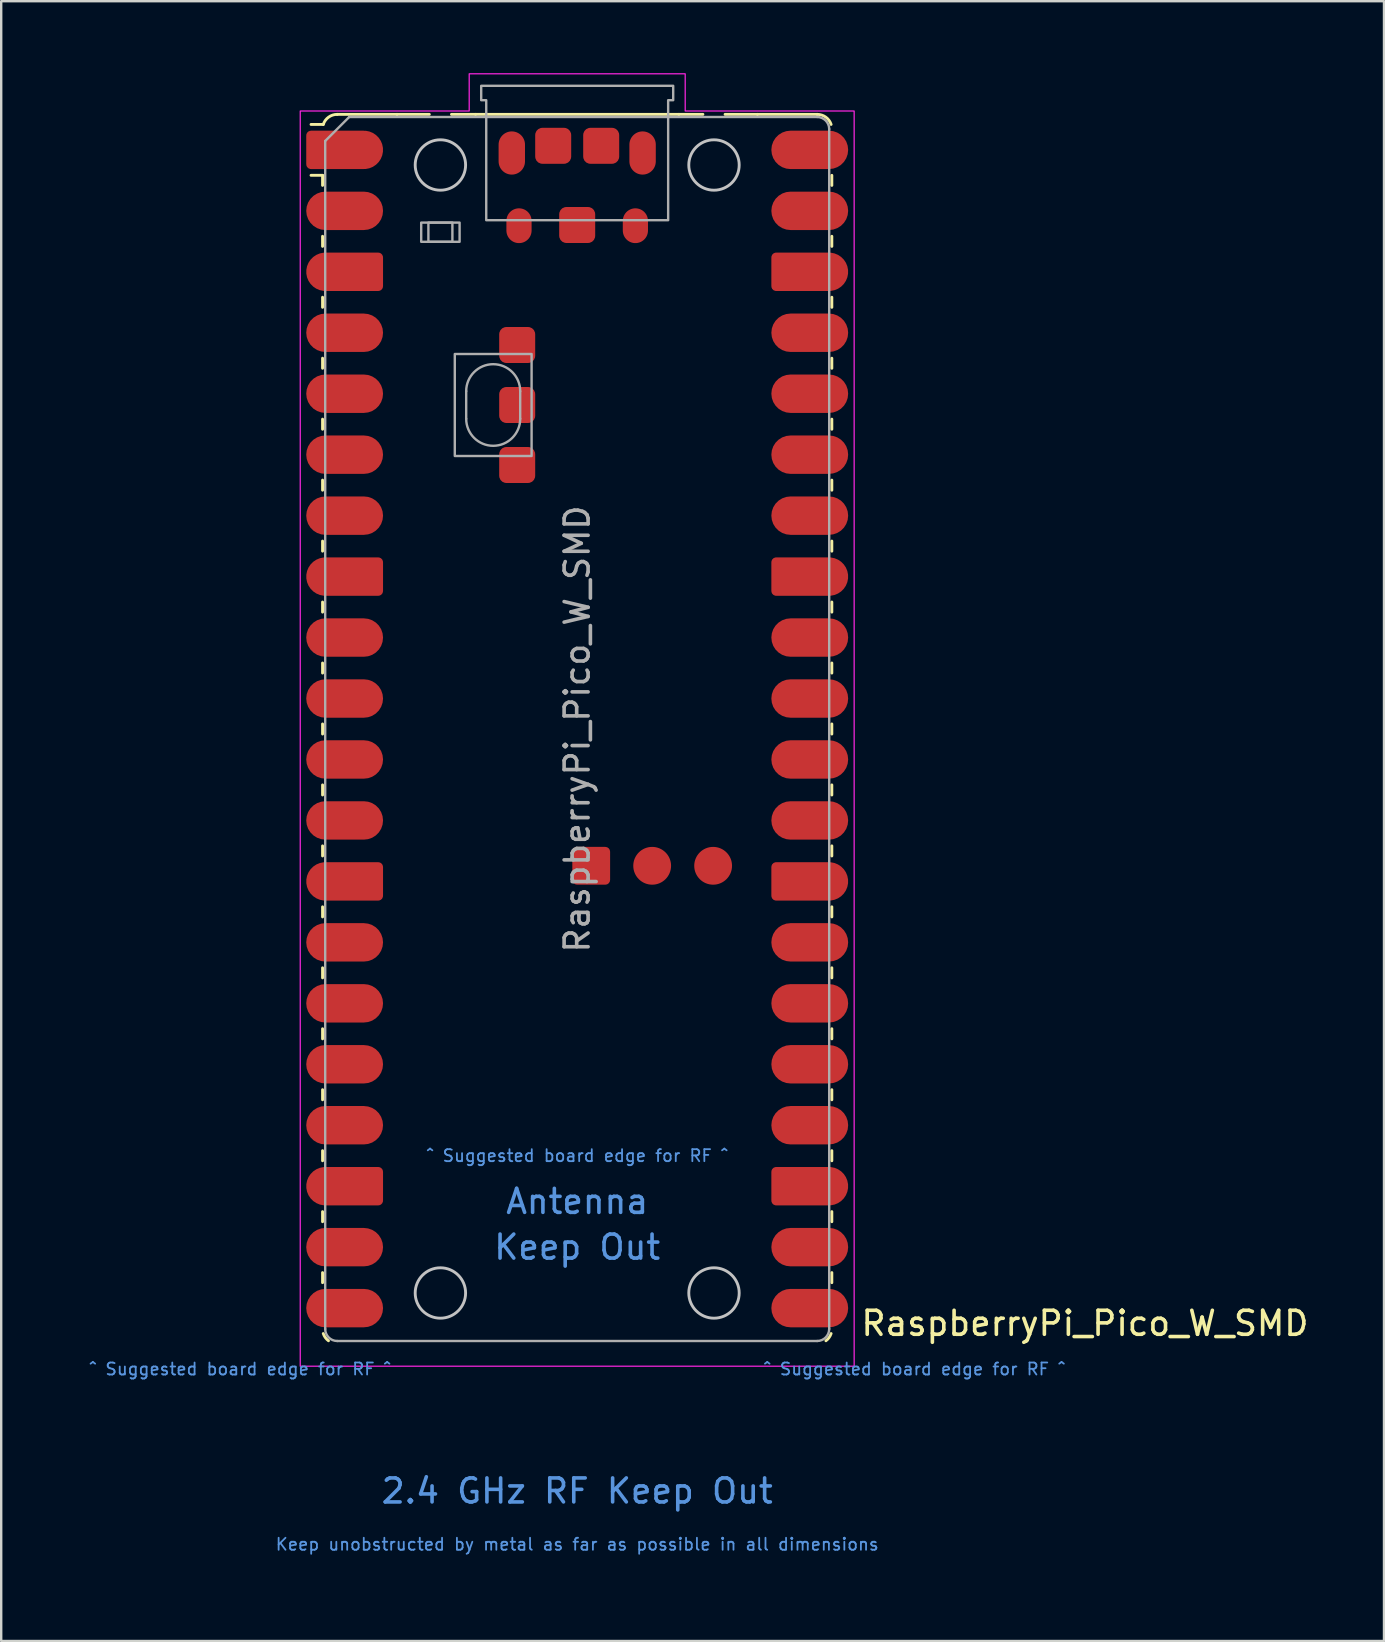
<source format=kicad_pcb>
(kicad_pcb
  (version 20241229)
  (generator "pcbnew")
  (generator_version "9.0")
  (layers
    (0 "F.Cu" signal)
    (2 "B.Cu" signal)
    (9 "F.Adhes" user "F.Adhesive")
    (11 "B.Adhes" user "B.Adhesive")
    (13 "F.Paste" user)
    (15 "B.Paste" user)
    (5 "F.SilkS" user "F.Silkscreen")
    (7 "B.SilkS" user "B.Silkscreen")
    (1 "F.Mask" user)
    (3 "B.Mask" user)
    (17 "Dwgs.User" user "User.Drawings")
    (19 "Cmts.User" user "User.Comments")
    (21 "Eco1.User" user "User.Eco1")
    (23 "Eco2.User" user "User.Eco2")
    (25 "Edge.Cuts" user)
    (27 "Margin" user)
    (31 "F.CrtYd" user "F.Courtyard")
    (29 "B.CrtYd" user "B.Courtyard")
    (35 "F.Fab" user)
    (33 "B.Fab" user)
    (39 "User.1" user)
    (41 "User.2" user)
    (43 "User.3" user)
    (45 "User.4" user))
  (footprint "RaspberryPi_Pico_W_SMD"
    (layer "F.Cu")
    (at 21 27.325)
    (property "Reference" "RaspberryPi_Pico_W_SMD" (at 11.748 24.765 0) (unlocked yes) (layer "F.SilkS") (effects (font (size 1 1) (thickness 0.15)) (justify left)))
    (attr smd)
    (fp_line (start -10.61 -23.07) (end -11.09 -23.07) (stroke (width 0.12) (type solid)) (layer "F.SilkS"))
    (fp_line (start -10.61 -23.07) (end -10.61 -22.65) (stroke (width 0.12) (type solid)) (layer "F.SilkS"))
    (fp_line (start -10.61 -20.53) (end -10.61 -20.11) (stroke (width 0.12) (type solid)) (layer "F.SilkS"))
    (fp_line (start -10.61 -17.99) (end -10.61 -17.57) (stroke (width 0.12) (type solid)) (layer "F.SilkS"))
    (fp_line (start -10.61 -15.45) (end -10.61 -15.03) (stroke (width 0.12) (type solid)) (layer "F.SilkS"))
    (fp_line (start -10.61 -12.91) (end -10.61 -12.49) (stroke (width 0.12) (type solid)) (layer "F.SilkS"))
    (fp_line (start -10.61 -10.37) (end -10.61 -9.95) (stroke (width 0.12) (type solid)) (layer "F.SilkS"))
    (fp_line (start -10.61 -7.83) (end -10.61 -7.41) (stroke (width 0.12) (type solid)) (layer "F.SilkS"))
    (fp_line (start -10.61 -5.29) (end -10.61 -4.87) (stroke (width 0.12) (type solid)) (layer "F.SilkS"))
    (fp_line (start -10.61 -2.75) (end -10.61 -2.33) (stroke (width 0.12) (type solid)) (layer "F.SilkS"))
    (fp_line (start -10.61 -0.21) (end -10.61 0.21) (stroke (width 0.12) (type solid)) (layer "F.SilkS"))
    (fp_line (start -10.61 2.33) (end -10.61 2.75) (stroke (width 0.12) (type solid)) (layer "F.SilkS"))
    (fp_line (start -10.61 4.87) (end -10.61 5.29) (stroke (width 0.12) (type solid)) (layer "F.SilkS"))
    (fp_line (start -10.61 7.41) (end -10.61 7.83) (stroke (width 0.12) (type solid)) (layer "F.SilkS"))
    (fp_line (start -10.61 9.95) (end -10.61 10.37) (stroke (width 0.12) (type solid)) (layer "F.SilkS"))
    (fp_line (start -10.61 12.49) (end -10.61 12.91) (stroke (width 0.12) (type solid)) (layer "F.SilkS"))
    (fp_line (start -10.61 15.03) (end -10.61 15.45) (stroke (width 0.12) (type solid)) (layer "F.SilkS"))
    (fp_line (start -10.61 17.57) (end -10.61 17.99) (stroke (width 0.12) (type solid)) (layer "F.SilkS"))
    (fp_line (start -10.61 20.11) (end -10.61 20.53) (stroke (width 0.12) (type solid)) (layer "F.SilkS"))
    (fp_line (start -10.61 22.65) (end -10.61 23.07) (stroke (width 0.12) (type solid)) (layer "F.SilkS"))
    (fp_line (start -10.58 -25.19) (end -11.09 -25.19) (stroke (width 0.12) (type solid)) (layer "F.SilkS"))
    (fp_line (start -10 -25.61) (end -7.51 -25.61) (stroke (width 0.12) (type solid)) (layer "F.SilkS"))
    (fp_line (start -7.51 -25.61) (end -6.162 -25.61) (stroke (width 0.12) (type solid)) (layer "F.SilkS"))
    (fp_line (start -5.238 -25.61) (end -4.235 -25.61) (stroke (width 0.12) (type solid)) (layer "F.SilkS"))
    (fp_line (start -4.235 -25.61) (end 4.235 -25.61) (stroke (width 0.12) (type solid)) (layer "F.SilkS"))
    (fp_line (start 4.235 -25.61) (end 5.238 -25.61) (stroke (width 0.12) (type solid)) (layer "F.SilkS"))
    (fp_line (start 6.162 -25.61) (end 7.51 -25.61) (stroke (width 0.12) (type solid)) (layer "F.SilkS"))
    (fp_line (start 10 -25.61) (end 7.51 -25.61) (stroke (width 0.12) (type solid)) (layer "F.SilkS"))
    (fp_line (start 10.61 -23.07) (end 10.61 -22.65) (stroke (width 0.12) (type solid)) (layer "F.SilkS"))
    (fp_line (start 10.61 -20.53) (end 10.61 -20.11) (stroke (width 0.12) (type solid)) (layer "F.SilkS"))
    (fp_line (start 10.61 -17.99) (end 10.61 -17.57) (stroke (width 0.12) (type solid)) (layer "F.SilkS"))
    (fp_line (start 10.61 -15.45) (end 10.61 -15.03) (stroke (width 0.12) (type solid)) (layer "F.SilkS"))
    (fp_line (start 10.61 -12.91) (end 10.61 -12.49) (stroke (width 0.12) (type solid)) (layer "F.SilkS"))
    (fp_line (start 10.61 -10.37) (end 10.61 -9.95) (stroke (width 0.12) (type solid)) (layer "F.SilkS"))
    (fp_line (start 10.61 -7.83) (end 10.61 -7.41) (stroke (width 0.12) (type solid)) (layer "F.SilkS"))
    (fp_line (start 10.61 -5.29) (end 10.61 -4.87) (stroke (width 0.12) (type solid)) (layer "F.SilkS"))
    (fp_line (start 10.61 -2.75) (end 10.61 -2.33) (stroke (width 0.12) (type solid)) (layer "F.SilkS"))
    (fp_line (start 10.61 -0.21) (end 10.61 0.21) (stroke (width 0.12) (type solid)) (layer "F.SilkS"))
    (fp_line (start 10.61 2.33) (end 10.61 2.75) (stroke (width 0.12) (type solid)) (layer "F.SilkS"))
    (fp_line (start 10.61 4.87) (end 10.61 5.29) (stroke (width 0.12) (type solid)) (layer "F.SilkS"))
    (fp_line (start 10.61 7.41) (end 10.61 7.83) (stroke (width 0.12) (type solid)) (layer "F.SilkS"))
    (fp_line (start 10.61 9.95) (end 10.61 10.37) (stroke (width 0.12) (type solid)) (layer "F.SilkS"))
    (fp_line (start 10.61 12.49) (end 10.61 12.91) (stroke (width 0.12) (type solid)) (layer "F.SilkS"))
    (fp_line (start 10.61 15.03) (end 10.61 15.45) (stroke (width 0.12) (type solid)) (layer "F.SilkS"))
    (fp_line (start 10.61 17.57) (end 10.61 17.99) (stroke (width 0.12) (type solid)) (layer "F.SilkS"))
    (fp_line (start 10.61 20.11) (end 10.61 20.53) (stroke (width 0.12) (type solid)) (layer "F.SilkS"))
    (fp_line (start 10.61 22.65) (end 10.61 23.07) (stroke (width 0.12) (type solid)) (layer "F.SilkS"))
    (fp_arc (start -10.579676 -25.19) (mid -10.357938 -25.493944) (end -10 -25.61) (stroke (width 0.12) (type solid)) (layer "F.SilkS"))
    (fp_arc (start -10.363318 25.49) (mid -10.494791 25.356765) (end -10.579676 25.189937) (stroke (width 0.12) (type solid)) (layer "F.SilkS"))
    (fp_arc (start 10 -25.61) (mid 10.357937 -25.493944) (end 10.579676 -25.189937) (stroke (width 0.12) (type solid)) (layer "F.SilkS"))
    (fp_arc (start 10.579676 25.189937) (mid 10.494813 25.35678) (end 10.363318 25.49) (stroke (width 0.12) (type solid)) (layer "F.SilkS"))
    (fp_circle (center -5.7 -23.5) (end -4.65 -23.5) (stroke (width 0.12) (type solid)) (fill no) (layer "Dwgs.User"))
    (fp_circle (center -5.7 23.5) (end -4.65 23.5) (stroke (width 0.12) (type solid)) (fill no) (layer "Dwgs.User"))
    (fp_circle (center 5.7 -23.5) (end 6.75 -23.5) (stroke (width 0.12) (type solid)) (fill no) (layer "Dwgs.User"))
    (fp_circle (center 5.7 23.5) (end 6.75 23.5) (stroke (width 0.12) (type solid)) (fill no) (layer "Dwgs.User"))
    (fp_poly (pts (xy -4.5 -27.3) (xy 4.5 -27.3) (xy 4.5 -25.75) (xy 11.54 -25.75) (xy 11.54 26.55) (xy -11.54 26.55) (xy -11.54 -25.75) (xy -4.5 -25.75)) (stroke (width 0.05) (type solid)) (fill no) (layer "F.CrtYd"))
    (fp_line (start -10.5 -24.5) (end -9.5 -25.5) (stroke (width 0.1) (type solid)) (layer "F.Fab"))
    (fp_line (start -10.5 25) (end -10.5 -24.5) (stroke (width 0.1) (type solid)) (layer "F.Fab"))
    (fp_line (start -9.5 -25.5) (end 10 -25.5) (stroke (width 0.1) (type solid)) (layer "F.Fab"))
    (fp_line (start -4.625 -14.075) (end -4.625 -12.925) (stroke (width 0.1) (type solid)) (layer "F.Fab"))
    (fp_line (start -2.375 -14.075) (end -2.375 -12.925) (stroke (width 0.1) (type solid)) (layer "F.Fab"))
    (fp_line (start 10 25.5) (end -10 25.5) (stroke (width 0.1) (type solid)) (layer "F.Fab"))
    (fp_line (start 10.5 -25) (end 10.5 25) (stroke (width 0.1) (type solid)) (layer "F.Fab"))
    (fp_rect (start -6.5 -21.1) (end -4.9 -20.3) (stroke (width 0.1) (type solid)) (fill no) (layer "F.Fab"))
    (fp_rect (start -6.2 -21.1) (end -5.2 -20.3) (stroke (width 0.1) (type solid)) (fill no) (layer "F.Fab"))
    (fp_rect (start -5.1 -15.625) (end -1.9 -11.375) (stroke (width 0.1) (type solid)) (fill no) (layer "F.Fab"))
    (fp_arc (start -10 25.5) (mid -10.353553 25.353553) (end -10.5 25) (stroke (width 0.1) (type solid)) (layer "F.Fab"))
    (fp_arc (start -4.625 -14.075) (mid -3.5 -15.2) (end -2.375 -14.075) (stroke (width 0.1) (type solid)) (layer "F.Fab"))
    (fp_arc (start -2.375 -12.925) (mid -3.5 -11.8) (end -4.625 -12.925) (stroke (width 0.1) (type solid)) (layer "F.Fab"))
    (fp_arc (start 10 -25.5) (mid 10.353553 -25.353553) (end 10.5 -25) (stroke (width 0.1) (type solid)) (layer "F.Fab"))
    (fp_arc (start 10.5 25) (mid 10.353553 25.353553) (end 10 25.5) (stroke (width 0.1) (type solid)) (layer "F.Fab"))
    (fp_poly (pts (xy 3.79 -21.2) (xy 3.79 -26.2) (xy 4 -26.2) (xy 4 -26.8) (xy -4 -26.8) (xy -4 -26.2) (xy -3.79 -26.2) (xy -3.79 -21.2)) (stroke (width 0.1) (type solid)) (fill no) (layer "F.Fab"))
    (fp_text user "^ Suggested board edge for RF ^" (at 0 17.78 0) (unlocked yes) (layer "Cmts.User") (effects (font (size 0.5 0.5) (thickness 0.075))))
    (fp_text user "Keep Out" (at 0 21.59 0) (unlocked yes) (layer "Cmts.User") (effects (font (size 1 1) (thickness 0.15))))
    (fp_text user "Keep unobstructed by metal as far as possible in all dimensions" (at 0 33.972 0) (unlocked yes) (layer "Cmts.User") (effects (font (size 0.5 0.5) (thickness 0.075))))
    (fp_text user "2.4 GHz RF Keep Out" (at 0 31.75 0) (unlocked yes) (layer "Cmts.User") (effects (font (size 1 1) (thickness 0.15))))
    (fp_text user "^ Suggested board edge for RF ^" (at 14.05 26.67 0) (unlocked yes) (layer "Cmts.User") (effects (font (size 0.5 0.5) (thickness 0.075))))
    (fp_text user "Antenna" (at 0 19.685 0) (unlocked yes) (layer "Cmts.User") (effects (font (size 1 1) (thickness 0.15))))
    (fp_text user "^ Suggested board edge for RF ^" (at -14.05 26.67 0) (unlocked yes) (layer "Cmts.User") (effects (font (size 0.5 0.5) (thickness 0.075))))
    (fp_text user "${REFERENCE}" (at 0 0 90) (layer "F.Fab") (effects (font (size 1 1) (thickness 0.15))))
    (pad "" smd rect (at -8.89 -24.13) (size 3.8 2.2) (drill (offset -0.8 0)) (layers "F.Paste"))
    (pad "" smd rect (at -8.89 -21.59) (size 3.8 2.2) (drill (offset -0.8 0)) (layers "F.Paste"))
    (pad "" smd rect (at -8.89 -19.05) (size 3.8 2.2) (drill (offset -0.8 0)) (layers "F.Paste"))
    (pad "" smd rect (at -8.89 -16.51) (size 3.8 2.2) (drill (offset -0.8 0)) (layers "F.Paste"))
    (pad "" smd rect (at -8.89 -13.97) (size 3.8 2.2) (drill (offset -0.8 0)) (layers "F.Paste"))
    (pad "" smd rect (at -8.89 -11.43) (size 3.8 2.2) (drill (offset -0.8 0)) (layers "F.Paste"))
    (pad "" smd rect (at -8.89 -8.89) (size 3.8 2.2) (drill (offset -0.8 0)) (layers "F.Paste"))
    (pad "" smd rect (at -8.89 -6.35) (size 3.8 2.2) (drill (offset -0.8 0)) (layers "F.Paste"))
    (pad "" smd rect (at -8.89 -3.81) (size 3.8 2.2) (drill (offset -0.8 0)) (layers "F.Paste"))
    (pad "" smd rect (at -8.89 -1.27) (size 3.8 2.2) (drill (offset -0.8 0)) (layers "F.Paste"))
    (pad "" smd rect (at -8.89 1.27) (size 3.8 2.2) (drill (offset -0.8 0)) (layers "F.Paste"))
    (pad "" smd rect (at -8.89 3.81) (size 3.8 2.2) (drill (offset -0.8 0)) (layers "F.Paste"))
    (pad "" smd rect (at -8.89 6.35) (size 3.8 2.2) (drill (offset -0.8 0)) (layers "F.Paste"))
    (pad "" smd rect (at -8.89 8.89) (size 3.8 2.2) (drill (offset -0.8 0)) (layers "F.Paste"))
    (pad "" smd rect (at -8.89 11.43) (size 3.8 2.2) (drill (offset -0.8 0)) (layers "F.Paste"))
    (pad "" smd rect (at -8.89 13.97) (size 3.8 2.2) (drill (offset -0.8 0)) (layers "F.Paste"))
    (pad "" smd rect (at -8.89 16.51) (size 3.8 2.2) (drill (offset -0.8 0)) (layers "F.Paste"))
    (pad "" smd rect (at -8.89 19.05) (size 3.8 2.2) (drill (offset -0.8 0)) (layers "F.Paste"))
    (pad "" smd rect (at -8.89 21.59) (size 3.8 2.2) (drill (offset -0.8 0)) (layers "F.Paste"))
    (pad "" smd rect (at -8.89 24.13) (size 3.8 2.2) (drill (offset -0.8 0)) (layers "F.Paste"))
    (pad "" smd oval (at -2.725 -24) (size 1.1 1.8) (layers "F.Cu" "F.Mask" "F.Paste"))
    (pad "" smd oval (at -2.425 -20.97) (size 1.05 1.45) (layers "F.Cu" "F.Mask" "F.Paste"))
    (pad "" smd oval (at 2.425 -20.97) (size 1.05 1.45) (layers "F.Cu" "F.Mask" "F.Paste"))
    (pad "" smd oval (at 2.725 -24) (size 1.1 1.8) (layers "F.Cu" "F.Mask" "F.Paste"))
    (pad "" smd rect (at 8.89 -24.13) (size 3.8 2.2) (drill (offset 0.8 0)) (layers "F.Paste"))
    (pad "" smd rect (at 8.89 -21.59) (size 3.8 2.2) (drill (offset 0.8 0)) (layers "F.Paste"))
    (pad "" smd rect (at 8.89 -19.05) (size 3.8 2.2) (drill (offset 0.8 0)) (layers "F.Paste"))
    (pad "" smd rect (at 8.89 -16.51) (size 3.8 2.2) (drill (offset 0.8 0)) (layers "F.Paste"))
    (pad "" smd rect (at 8.89 -13.97) (size 3.8 2.2) (drill (offset 0.8 0)) (layers "F.Paste"))
    (pad "" smd rect (at 8.89 -11.43) (size 3.8 2.2) (drill (offset 0.8 0)) (layers "F.Paste"))
    (pad "" smd rect (at 8.89 -8.89) (size 3.8 2.2) (drill (offset 0.8 0)) (layers "F.Paste"))
    (pad "" smd rect (at 8.89 -6.35) (size 3.8 2.2) (drill (offset 0.8 0)) (layers "F.Paste"))
    (pad "" smd rect (at 8.89 -3.81) (size 3.8 2.2) (drill (offset 0.8 0)) (layers "F.Paste"))
    (pad "" smd rect (at 8.89 -1.27) (size 3.8 2.2) (drill (offset 0.8 0)) (layers "F.Paste"))
    (pad "" smd rect (at 8.89 1.27) (size 3.8 2.2) (drill (offset 0.8 0)) (layers "F.Paste"))
    (pad "" smd rect (at 8.89 3.81) (size 3.8 2.2) (drill (offset 0.8 0)) (layers "F.Paste"))
    (pad "" smd rect (at 8.89 6.35) (size 3.8 2.2) (drill (offset 0.8 0)) (layers "F.Paste"))
    (pad "" smd rect (at 8.89 8.89) (size 3.8 2.2) (drill (offset 0.8 0)) (layers "F.Paste"))
    (pad "" smd rect (at 8.89 11.43) (size 3.8 2.2) (drill (offset 0.8 0)) (layers "F.Paste"))
    (pad "" smd rect (at 8.89 13.97) (size 3.8 2.2) (drill (offset 0.8 0)) (layers "F.Paste"))
    (pad "" smd rect (at 8.89 16.51) (size 3.8 2.2) (drill (offset 0.8 0)) (layers "F.Paste"))
    (pad "" smd rect (at 8.89 19.05) (size 3.8 2.2) (drill (offset 0.8 0)) (layers "F.Paste"))
    (pad "" smd rect (at 8.89 21.59) (size 3.8 2.2) (drill (offset 0.8 0)) (layers "F.Paste"))
    (pad "" smd rect (at 8.89 24.13) (size 3.8 2.2) (drill (offset 0.8 0)) (layers "F.Paste"))
    (pad "1" smd custom (at -9.69 -24.13) (size 1.6 0.8) (layers "F.Cu" "F.Mask") (options (anchor rect)) (primitives (gr_circle (center 0.8 0) (end 1.6 0) (width 0) (fill yes)) (gr_poly (pts (xy -1.6 -0.6) (xy -1.6 0.6) (xy -1.4 0.8) (xy 0.8 0.8) (xy 0.8 -0.8) (xy -1.4 -0.8)) (width 0) (fill yes)) (gr_circle (center -1.4 -0.6) (end -1.2 -0.6) (width 0) (fill yes)) (gr_circle (center -1.4 0.6) (end -1.2 0.6) (width 0) (fill yes))))
    (pad "2" smd roundrect (at -9.69 -21.59) (size 3.2 1.6) (layers "F.Cu" "F.Mask") (roundrect_rratio 0.5))
    (pad "3" smd custom (at -9.69 -19.05) (size 1.6 0.8) (layers "F.Cu" "F.Mask") (options (anchor rect)) (primitives (gr_circle (center -0.8 0) (end 0 0) (width 0) (fill yes)) (gr_poly (pts (xy 1.6 -0.6) (xy 1.6 0.6) (xy 1.4 0.8) (xy -0.8 0.8) (xy -0.8 -0.8) (xy 1.4 -0.8)) (width 0) (fill yes)) (gr_circle (center 1.4 -0.6) (end 1.6 -0.6) (width 0) (fill yes)) (gr_circle (center 1.4 0.6) (end 1.6 0.6) (width 0) (fill yes))))
    (pad "4" smd roundrect (at -9.69 -16.51) (size 3.2 1.6) (layers "F.Cu" "F.Mask") (roundrect_rratio 0.5))
    (pad "5" smd roundrect (at -9.69 -13.97) (size 3.2 1.6) (layers "F.Cu" "F.Mask") (roundrect_rratio 0.5))
    (pad "6" smd roundrect (at -9.69 -11.43) (size 3.2 1.6) (layers "F.Cu" "F.Mask") (roundrect_rratio 0.5))
    (pad "7" smd roundrect (at -9.69 -8.89) (size 3.2 1.6) (layers "F.Cu" "F.Mask") (roundrect_rratio 0.5))
    (pad "8" smd custom (at -9.69 -6.35) (size 1.6 0.8) (layers "F.Cu" "F.Mask") (options (anchor rect)) (primitives (gr_circle (center -0.8 0) (end 0 0) (width 0) (fill yes)) (gr_poly (pts (xy 1.6 -0.6) (xy 1.6 0.6) (xy 1.4 0.8) (xy -0.8 0.8) (xy -0.8 -0.8) (xy 1.4 -0.8)) (width 0) (fill yes)) (gr_circle (center 1.4 -0.6) (end 1.6 -0.6) (width 0) (fill yes)) (gr_circle (center 1.4 0.6) (end 1.6 0.6) (width 0) (fill yes))))
    (pad "9" smd roundrect (at -9.69 -3.81) (size 3.2 1.6) (layers "F.Cu" "F.Mask") (roundrect_rratio 0.5))
    (pad "10" smd roundrect (at -9.69 -1.27) (size 3.2 1.6) (layers "F.Cu" "F.Mask") (roundrect_rratio 0.5))
    (pad "11" smd roundrect (at -9.69 1.27) (size 3.2 1.6) (layers "F.Cu" "F.Mask") (roundrect_rratio 0.5))
    (pad "12" smd roundrect (at -9.69 3.81) (size 3.2 1.6) (layers "F.Cu" "F.Mask") (roundrect_rratio 0.5))
    (pad "13" smd custom (at -9.69 6.35) (size 1.6 0.8) (layers "F.Cu" "F.Mask") (options (anchor rect)) (primitives (gr_circle (center -0.8 0) (end 0 0) (width 0) (fill yes)) (gr_poly (pts (xy 1.6 -0.6) (xy 1.6 0.6) (xy 1.4 0.8) (xy -0.8 0.8) (xy -0.8 -0.8) (xy 1.4 -0.8)) (width 0) (fill yes)) (gr_circle (center 1.4 -0.6) (end 1.6 -0.6) (width 0) (fill yes)) (gr_circle (center 1.4 0.6) (end 1.6 0.6) (width 0) (fill yes))))
    (pad "14" smd roundrect (at -9.69 8.89) (size 3.2 1.6) (layers "F.Cu" "F.Mask") (roundrect_rratio 0.5))
    (pad "15" smd roundrect (at -9.69 11.43) (size 3.2 1.6) (layers "F.Cu" "F.Mask") (roundrect_rratio 0.5))
    (pad "16" smd roundrect (at -9.69 13.97) (size 3.2 1.6) (layers "F.Cu" "F.Mask") (roundrect_rratio 0.5))
    (pad "17" smd roundrect (at -9.69 16.51) (size 3.2 1.6) (layers "F.Cu" "F.Mask") (roundrect_rratio 0.5))
    (pad "18" smd custom (at -9.69 19.05) (size 1.6 0.8) (layers "F.Cu" "F.Mask") (options (anchor rect)) (primitives (gr_circle (center -0.8 0) (end 0 0) (width 0) (fill yes)) (gr_poly (pts (xy 1.6 -0.6) (xy 1.6 0.6) (xy 1.4 0.8) (xy -0.8 0.8) (xy -0.8 -0.8) (xy 1.4 -0.8)) (width 0) (fill yes)) (gr_circle (center 1.4 -0.6) (end 1.6 -0.6) (width 0) (fill yes)) (gr_circle (center 1.4 0.6) (end 1.6 0.6) (width 0) (fill yes))))
    (pad "19" smd roundrect (at -9.69 21.59) (size 3.2 1.6) (layers "F.Cu" "F.Mask") (roundrect_rratio 0.5))
    (pad "20" smd roundrect (at -9.69 24.13) (size 3.2 1.6) (layers "F.Cu" "F.Mask") (roundrect_rratio 0.5))
    (pad "21" smd roundrect (at 9.69 24.13) (size 3.2 1.6) (layers "F.Cu" "F.Mask") (roundrect_rratio 0.5))
    (pad "22" smd roundrect (at 9.69 21.59) (size 3.2 1.6) (layers "F.Cu" "F.Mask") (roundrect_rratio 0.5))
    (pad "23" smd custom (at 9.69 19.05) (size 1.6 0.8) (layers "F.Cu" "F.Mask") (options (anchor rect)) (primitives (gr_circle (center 0.8 0) (end 1.6 0) (width 0) (fill yes)) (gr_poly (pts (xy -1.6 -0.6) (xy -1.6 0.6) (xy -1.4 0.8) (xy 0.8 0.8) (xy 0.8 -0.8) (xy -1.4 -0.8)) (width 0) (fill yes)) (gr_circle (center -1.4 -0.6) (end -1.2 -0.6) (width 0) (fill yes)) (gr_circle (center -1.4 0.6) (end -1.2 0.6) (width 0) (fill yes))))
    (pad "24" smd roundrect (at 9.69 16.51) (size 3.2 1.6) (layers "F.Cu" "F.Mask") (roundrect_rratio 0.5))
    (pad "25" smd roundrect (at 9.69 13.97) (size 3.2 1.6) (layers "F.Cu" "F.Mask") (roundrect_rratio 0.5))
    (pad "26" smd roundrect (at 9.69 11.43) (size 3.2 1.6) (layers "F.Cu" "F.Mask") (roundrect_rratio 0.5))
    (pad "27" smd roundrect (at 9.69 8.89) (size 3.2 1.6) (layers "F.Cu" "F.Mask") (roundrect_rratio 0.5))
    (pad "28" smd custom (at 9.69 6.35) (size 1.6 0.8) (layers "F.Cu" "F.Mask") (options (anchor rect)) (primitives (gr_circle (center 0.8 0) (end 1.6 0) (width 0) (fill yes)) (gr_poly (pts (xy -1.6 -0.6) (xy -1.6 0.6) (xy -1.4 0.8) (xy 0.8 0.8) (xy 0.8 -0.8) (xy -1.4 -0.8)) (width 0) (fill yes)) (gr_circle (center -1.4 -0.6) (end -1.2 -0.6) (width 0) (fill yes)) (gr_circle (center -1.4 0.6) (end -1.2 0.6) (width 0) (fill yes))))
    (pad "29" smd roundrect (at 9.69 3.81) (size 3.2 1.6) (layers "F.Cu" "F.Mask") (roundrect_rratio 0.5))
    (pad "30" smd roundrect (at 9.69 1.27) (size 3.2 1.6) (layers "F.Cu" "F.Mask") (roundrect_rratio 0.5))
    (pad "31" smd roundrect (at 9.69 -1.27) (size 3.2 1.6) (layers "F.Cu" "F.Mask") (roundrect_rratio 0.5))
    (pad "32" smd roundrect (at 9.69 -3.81) (size 3.2 1.6) (layers "F.Cu" "F.Mask") (roundrect_rratio 0.5))
    (pad "33" smd custom (at 9.69 -6.35) (size 1.6 0.8) (layers "F.Cu" "F.Mask") (options (anchor rect)) (primitives (gr_circle (center 0.8 0) (end 1.6 0) (width 0) (fill yes)) (gr_poly (pts (xy -1.6 -0.6) (xy -1.6 0.6) (xy -1.4 0.8) (xy 0.8 0.8) (xy 0.8 -0.8) (xy -1.4 -0.8)) (width 0) (fill yes)) (gr_circle (center -1.4 -0.6) (end -1.2 -0.6) (width 0) (fill yes)) (gr_circle (center -1.4 0.6) (end -1.2 0.6) (width 0) (fill yes))))
    (pad "34" smd roundrect (at 9.69 -8.89) (size 3.2 1.6) (layers "F.Cu" "F.Mask") (roundrect_rratio 0.5))
    (pad "35" smd roundrect (at 9.69 -11.43) (size 3.2 1.6) (layers "F.Cu" "F.Mask") (roundrect_rratio 0.5))
    (pad "36" smd roundrect (at 9.69 -13.97) (size 3.2 1.6) (layers "F.Cu" "F.Mask") (roundrect_rratio 0.5))
    (pad "37" smd roundrect (at 9.69 -16.51) (size 3.2 1.6) (layers "F.Cu" "F.Mask") (roundrect_rratio 0.5))
    (pad "38" smd custom (at 9.69 -19.05) (size 1.6 0.8) (layers "F.Cu" "F.Mask") (options (anchor rect)) (primitives (gr_circle (center 0.8 0) (end 1.6 0) (width 0) (fill yes)) (gr_poly (pts (xy -1.6 -0.6) (xy -1.6 0.6) (xy -1.4 0.8) (xy 0.8 0.8) (xy 0.8 -0.8) (xy -1.4 -0.8)) (width 0) (fill yes)) (gr_circle (center -1.4 -0.6) (end -1.2 -0.6) (width 0) (fill yes)) (gr_circle (center -1.4 0.6) (end -1.2 0.6) (width 0) (fill yes))))
    (pad "39" smd roundrect (at 9.69 -21.59) (size 3.2 1.6) (layers "F.Cu" "F.Mask") (roundrect_rratio 0.5))
    (pad "40" smd roundrect (at 9.69 -24.13) (size 3.2 1.6) (layers "F.Cu" "F.Mask") (roundrect_rratio 0.5))
    (pad "D1" smd roundrect (at 0.584 5.7) (size 1.575 1.575) (layers "F.Cu" "F.Mask" "F.Paste") (roundrect_rratio 0.127))
    (pad "D2" smd circle (at 3.124 5.7) (size 1.575 1.575) (layers "F.Cu" "F.Mask" "F.Paste"))
    (pad "D3" smd circle (at 5.664 5.7) (size 1.575 1.575) (layers "F.Cu" "F.Mask" "F.Paste"))
    (pad "TP1" smd roundrect (at 0 -21) (size 1.5 1.5) (layers "F.Cu" "F.Mask" "F.Paste") (roundrect_rratio 0.2))
    (pad "TP2" smd roundrect (at 1 -24.3) (size 1.5 1.5) (layers "F.Cu" "F.Mask" "F.Paste") (roundrect_rratio 0.2))
    (pad "TP3" smd roundrect (at -1 -24.3) (size 1.5 1.5) (layers "F.Cu" "F.Mask" "F.Paste") (roundrect_rratio 0.2))
    (pad "TP4" smd roundrect (at -2.5 -16) (size 1.5 1.5) (layers "F.Cu" "F.Mask" "F.Paste") (roundrect_rratio 0.2))
    (pad "TP5" smd roundrect (at -2.5 -13.5) (size 1.5 1.5) (layers "F.Cu" "F.Mask" "F.Paste") (roundrect_rratio 0.2))
    (pad "TP6" smd roundrect (at -2.5 -11) (size 1.5 1.5) (layers "F.Cu" "F.Mask" "F.Paste") (roundrect_rratio 0.2))
    (zone (net_name "") (layers "F.Cu" "B.Cu" "F.Paste" "B.Paste") (name "RF Copper Keep Out") (hatch full 0.5) (connect_pads) (min_thickness 0.254) (filled_areas_thickness no) (keepout (tracks not_allowed) (vias not_allowed) (pads not_allowed) (copperpour not_allowed) (footprints not_allowed)) (placement (enabled no)) (fill) (polygon (pts (xy 0 52.325) (xy 42 52.325) (xy 42 62.325) (xy 0 62.325))))
    (zone (net_name "") (layers "F.Cu" "B.Cu" "F.Paste" "B.Paste") (name "Antenna Copper Keep Out") (hatch full 0.5) (connect_pads) (min_thickness 0.254) (filled_areas_thickness no) (keepout (tracks not_allowed) (vias not_allowed) (pads not_allowed) (copperpour not_allowed) (footprints not_allowed)) (placement (enabled no)) (fill) (polygon (pts (xy 18.6 52.315) (xy 13.9 48.665) (xy 13.9 44.325) (xy 28.1 44.325) (xy 28.1 48.665) (xy 23.4 52.315) (xy 23.4 52.325) (xy 18.6 52.325))))
    (zone (net_name "") (layer "Edge.Cuts") (name "Board Keep Out Suggestion RF") (hatch edge 0.5) (connect_pads) (min_thickness 0.254) (filled_areas_thickness no) (keepout (tracks allowed) (vias allowed) (pads allowed) (copperpour allowed) (footprints allowed)) (placement (enabled no)) (fill) (polygon (pts (xy 28.1 53.325) (xy 42 53.325) (xy 42 62.325) (xy 0 62.325) (xy 0 53.325) (xy 13.9 53.325) (xy 13.9 44.325) (xy 28.1 44.325)))))
  (gr_rect
    (start -3 -3)
    (end 54.617 65.325)
    (stroke (width 0.1) (type default))
    (fill no)
    (layer "Edge.Cuts")))
</source>
